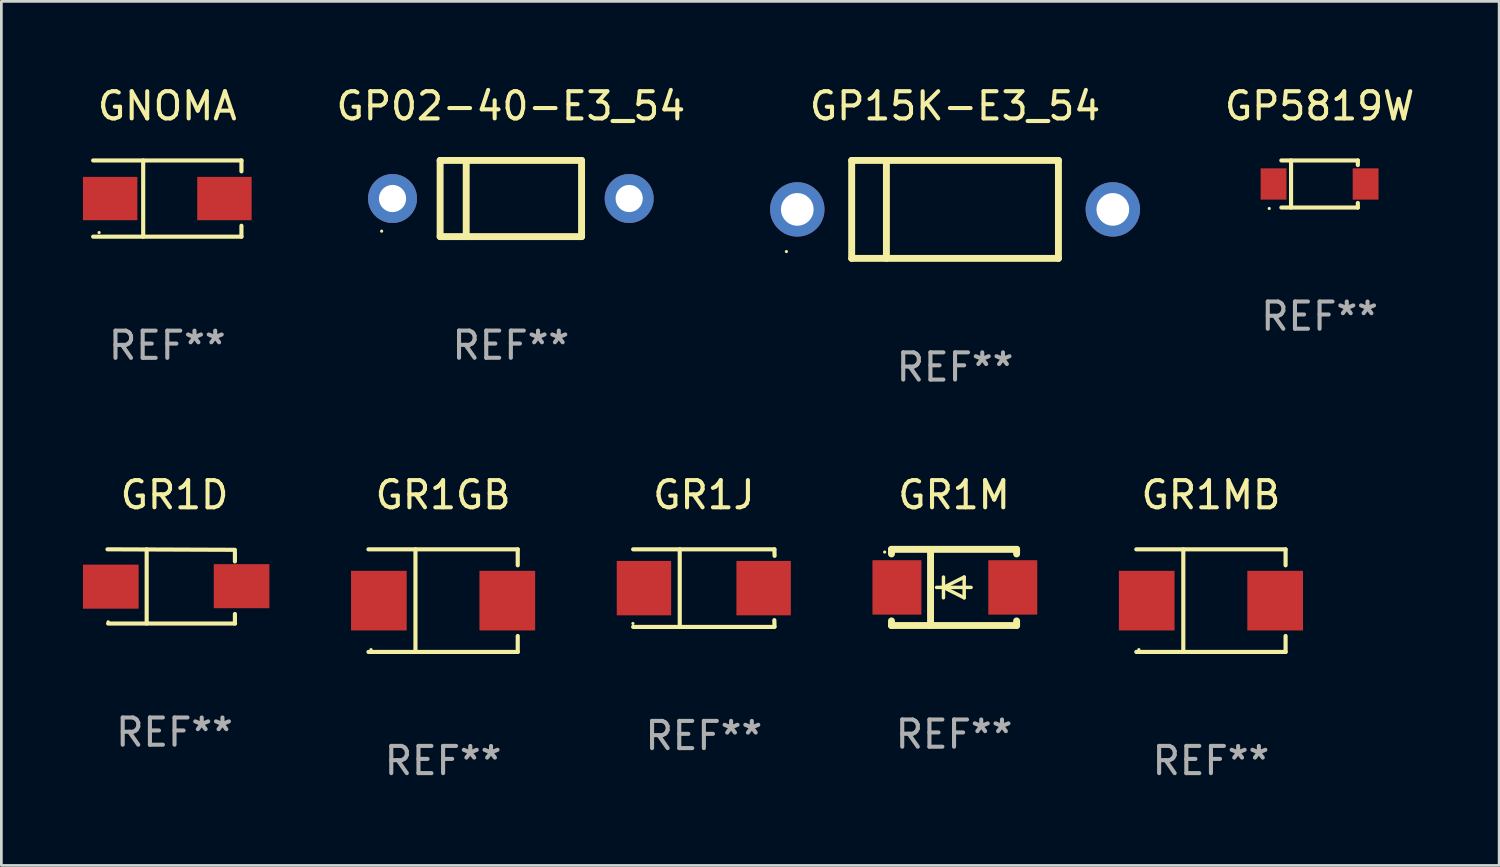
<source format=kicad_pcb>
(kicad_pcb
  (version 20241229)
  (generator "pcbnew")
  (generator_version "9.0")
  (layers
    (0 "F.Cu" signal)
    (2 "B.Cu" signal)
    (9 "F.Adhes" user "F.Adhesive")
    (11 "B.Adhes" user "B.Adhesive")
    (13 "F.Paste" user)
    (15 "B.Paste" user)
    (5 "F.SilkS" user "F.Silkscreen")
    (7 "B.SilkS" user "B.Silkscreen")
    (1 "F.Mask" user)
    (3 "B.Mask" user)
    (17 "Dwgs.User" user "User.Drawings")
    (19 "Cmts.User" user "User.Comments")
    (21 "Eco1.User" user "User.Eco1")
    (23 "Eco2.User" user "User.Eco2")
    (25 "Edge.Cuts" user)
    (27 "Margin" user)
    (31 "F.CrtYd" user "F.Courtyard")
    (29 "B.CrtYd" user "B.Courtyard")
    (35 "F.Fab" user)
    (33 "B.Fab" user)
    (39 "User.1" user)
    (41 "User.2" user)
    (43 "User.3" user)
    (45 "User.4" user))
  (footprint "GP15K-E3_54"
    (layer "F.Cu")
    (at 32.06 4.648)
    (property "Reference" "GP15K-E3_54" (at 0 -3.8 0) (layer "F.SilkS") (effects (font (size 1 1) (thickness 0.15))))
    (attr through_hole)
    (fp_line (start -3.8 -1.8) (end -3.8 1.8) (stroke (width 0.254) (type solid)) (layer "F.SilkS"))
    (fp_line (start -3.8 -1.8) (end 3.8 -1.8) (stroke (width 0.254) (type solid)) (layer "F.SilkS"))
    (fp_line (start -3.8 1.8) (end 3.8 1.8) (stroke (width 0.254) (type solid)) (layer "F.SilkS"))
    (fp_line (start -2.524 -1.8) (end -2.524 1.8) (stroke (width 0.254) (type solid)) (layer "F.SilkS"))
    (fp_line (start 3.8 -1.8) (end 3.8 1.8) (stroke (width 0.254) (type solid)) (layer "F.SilkS"))
    (fp_circle (center -6.2 1.55) (end -6.17 1.55) (stroke (width 0.06) (type solid)) (fill no) (layer "F.SilkS"))
    (fp_text user "REF**" (at 0 5.8 0) (layer "F.Fab") (effects (font (size 1 1) (thickness 0.15))))
    (pad "1" thru_hole circle (at -5.8 0) (size 2 2) (drill 1.2) (layers "*.Cu" "*.Mask"))
    (pad "2" thru_hole circle (at 5.8 0) (size 2 2) (drill 1.2) (layers "*.Cu" "*.Mask")))
  (footprint "GP5819W"
    (layer "F.Cu")
    (at 45.461 3.714)
    (property "Reference" "GP5819W" (at 0 -2.866 0) (layer "F.SilkS") (effects (font (size 1 1) (thickness 0.15))))
    (attr through_hole)
    (fp_line (start -1.406 -0.866) (end 1.406 -0.866) (stroke (width 0.152) (type solid)) (layer "F.SilkS"))
    (fp_line (start -1.406 0.866) (end 1.406 0.866) (stroke (width 0.152) (type solid)) (layer "F.SilkS"))
    (fp_line (start -1.049 -0.866) (end -1.049 0.866) (stroke (width 0.152) (type solid)) (layer "F.SilkS"))
    (fp_line (start 1.406 -0.866) (end 1.406 -0.698) (stroke (width 0.152) (type solid)) (layer "F.SilkS"))
    (fp_line (start 1.406 0.866) (end 1.406 0.698) (stroke (width 0.152) (type solid)) (layer "F.SilkS"))
    (fp_circle (center -1.851 0.9) (end -1.821 0.9) (stroke (width 0.06) (type solid)) (fill no) (layer "F.SilkS"))
    (fp_text user "REF**" (at 0 4.866 0) (layer "F.Fab") (effects (font (size 1 1) (thickness 0.15))))
    (pad "1" smd rect (at -1.692 0) (size 0.95 1.15) (layers "F.Cu" "F.Mask" "F.Paste"))
    (pad "2" smd rect (at 1.692 0) (size 0.95 1.15) (layers "F.Cu" "F.Mask" "F.Paste")))
  (footprint "GR1GB"
    (layer "F.Cu")
    (at 13.239 19.031)
    (property "Reference" "GR1GB" (at 0 -3.886 0) (layer "F.SilkS") (effects (font (size 1 1) (thickness 0.15))))
    (attr through_hole)
    (fp_line (start -2.744 -1.886) (end 2.744 -1.886) (stroke (width 0.152) (type solid)) (layer "F.SilkS"))
    (fp_line (start -2.744 1.886) (end 2.744 1.886) (stroke (width 0.152) (type solid)) (layer "F.SilkS"))
    (fp_line (start -1.016 -1.886) (end -1.016 1.886) (stroke (width 0.152) (type solid)) (layer "F.SilkS"))
    (fp_line (start 2.744 -1.886) (end 2.744 -1.299) (stroke (width 0.152) (type solid)) (layer "F.SilkS"))
    (fp_line (start 2.744 1.886) (end 2.744 1.299) (stroke (width 0.152) (type solid)) (layer "F.SilkS"))
    (fp_circle (center -2.65 1.8) (end -2.62 1.8) (stroke (width 0.06) (type solid)) (fill no) (layer "F.SilkS"))
    (fp_text user "REF**" (at 0 5.886 0) (layer "F.Fab") (effects (font (size 1 1) (thickness 0.15))))
    (pad "1" smd rect (at -2.361 0) (size 2.047 2.192) (layers "F.Cu" "F.Mask" "F.Paste"))
    (pad "2" smd rect (at 2.361 0) (size 2.047 2.192) (layers "F.Cu" "F.Mask" "F.Paste")))
  (footprint "GR1J"
    (layer "F.Cu")
    (at 22.826 18.571)
    (property "Reference" "GR1J" (at 0 -3.426 0) (layer "F.SilkS") (effects (font (size 1 1) (thickness 0.15))))
    (attr through_hole)
    (fp_line (start -2.6 -1.426) (end 2.593 -1.426) (stroke (width 0.152) (type solid)) (layer "F.SilkS"))
    (fp_line (start -2.6 1.426) (end 2.593 1.426) (stroke (width 0.152) (type solid)) (layer "F.SilkS"))
    (fp_line (start -0.887 -1.426) (end -0.887 1.426) (stroke (width 0.152) (type solid)) (layer "F.SilkS"))
    (fp_line (start 2.59 1.176) (end 2.597 1.415) (stroke (width 0.152) (type solid)) (layer "F.SilkS"))
    (fp_line (start 2.593 -1.426) (end 2.6 -1.187) (stroke (width 0.152) (type solid)) (layer "F.SilkS"))
    (fp_circle (center -2.608 1.3) (end -2.578 1.3) (stroke (width 0.06) (type solid)) (fill no) (layer "F.SilkS"))
    (fp_text user "REF**" (at 0 5.426 0) (layer "F.Fab") (effects (font (size 1 1) (thickness 0.15))))
    (pad "1" smd rect (at -2.203 0 180) (size 2 2) (layers "F.Cu" "F.Mask" "F.Paste"))
    (pad "2" smd rect (at 2.197 0 180) (size 2 2) (layers "F.Cu" "F.Mask" "F.Paste")))
  (footprint "GNOMA"
    (layer "F.Cu")
    (at 3.1 4.249)
    (property "Reference" "GNOMA" (at 0 -3.401 0) (layer "F.SilkS") (effects (font (size 1 1) (thickness 0.15))))
    (attr through_hole)
    (fp_line (start -2.726 -1.401) (end 2.726 -1.401) (stroke (width 0.152) (type solid)) (layer "F.SilkS"))
    (fp_line (start -2.726 1.401) (end 2.726 1.401) (stroke (width 0.152) (type solid)) (layer "F.SilkS"))
    (fp_line (start -0.886 -1.401) (end -0.886 1.401) (stroke (width 0.152) (type solid)) (layer "F.SilkS"))
    (fp_line (start 2.726 -1.401) (end 2.726 -1) (stroke (width 0.152) (type solid)) (layer "F.SilkS"))
    (fp_line (start 2.726 1.401) (end 2.726 1) (stroke (width 0.152) (type solid)) (layer "F.SilkS"))
    (fp_circle (center -2.507 1.25) (end -2.477 1.25) (stroke (width 0.06) (type solid)) (fill no) (layer "F.SilkS"))
    (fp_text user "REF**" (at 0 5.401 0) (layer "F.Fab") (effects (font (size 1 1) (thickness 0.15))))
    (pad "1" smd rect (at -2.1 0 180) (size 2 1.593) (layers "F.Cu" "F.Mask" "F.Paste"))
    (pad "2" smd rect (at 2.1 0 180) (size 2 1.593) (layers "F.Cu" "F.Mask" "F.Paste")))
  (footprint "GR1M"
    (layer "F.Cu")
    (at 32.023 18.545)
    (property "Reference" "GR1M" (at 0 -3.4 0) (layer "F.SilkS") (effects (font (size 1 1) (thickness 0.15))))
    (attr through_hole)
    (fp_line (start -2.3 -1.4) (end -2.3 -1.231) (stroke (width 0.254) (type solid)) (layer "F.SilkS"))
    (fp_line (start -2.3 -1.4) (end 2.3 -1.4) (stroke (width 0.254) (type solid)) (layer "F.SilkS"))
    (fp_line (start -2.3 1.231) (end -2.3 1.4) (stroke (width 0.254) (type solid)) (layer "F.SilkS"))
    (fp_line (start -2.3 1.4) (end 2.3 1.4) (stroke (width 0.254) (type solid)) (layer "F.SilkS"))
    (fp_line (start -0.864 1.4) (end -0.864 -1.4) (stroke (width 0.254) (type solid)) (layer "F.SilkS"))
    (fp_line (start -0.389 0) (end -0.389 -0.381) (stroke (width 0.127) (type solid)) (layer "F.SilkS"))
    (fp_line (start -0.389 0) (end -0.389 0.381) (stroke (width 0.127) (type solid)) (layer "F.SilkS"))
    (fp_line (start 0.373 -0.381) (end -0.389 0) (stroke (width 0.127) (type solid)) (layer "F.SilkS"))
    (fp_line (start 0.373 0) (end 0.373 -0.381) (stroke (width 0.127) (type solid)) (layer "F.SilkS"))
    (fp_line (start 0.373 0) (end 0.373 0.381) (stroke (width 0.127) (type solid)) (layer "F.SilkS"))
    (fp_line (start 0.373 0.381) (end -0.389 0) (stroke (width 0.127) (type solid)) (layer "F.SilkS"))
    (fp_line (start 0.627 0) (end -0.643 0) (stroke (width 0.127) (type solid)) (layer "F.SilkS"))
    (fp_line (start 2.3 -1.4) (end 2.3 -1.231) (stroke (width 0.254) (type solid)) (layer "F.SilkS"))
    (fp_line (start 2.3 1.231) (end 2.3 1.4) (stroke (width 0.254) (type solid)) (layer "F.SilkS"))
    (fp_circle (center -2.55 -1.3) (end -2.52 -1.3) (stroke (width 0.06) (type solid)) (fill no) (layer "F.SilkS"))
    (fp_text user "REF**" (at 0 5.4 0) (layer "F.Fab") (effects (font (size 1 1) (thickness 0.15))))
    (pad "1" smd rect (at -2.1 0 180) (size 1.8 2) (layers "F.Cu" "F.Mask" "F.Paste"))
    (pad "2" smd rect (at 2.159 0 180) (size 1.8 2) (layers "F.Cu" "F.Mask" "F.Paste")))
  (footprint "GP02-40-E3_54"
    (layer "F.Cu")
    (at 15.73 4.248)
    (property "Reference" "GP02-40-E3_54" (at 0 -3.4 0) (layer "F.SilkS") (effects (font (size 1 1) (thickness 0.15))))
    (attr through_hole)
    (fp_line (start -2.6 -1.4) (end -2.6 1.4) (stroke (width 0.254) (type solid)) (layer "F.SilkS"))
    (fp_line (start -2.6 -1.4) (end 2.6 -1.4) (stroke (width 0.254) (type solid)) (layer "F.SilkS"))
    (fp_line (start -2.6 1.4) (end 2.6 1.4) (stroke (width 0.254) (type solid)) (layer "F.SilkS"))
    (fp_line (start -1.641 -1.4) (end -1.641 1.4) (stroke (width 0.254) (type solid)) (layer "F.SilkS"))
    (fp_line (start 2.6 -1.4) (end 2.6 1.4) (stroke (width 0.254) (type solid)) (layer "F.SilkS"))
    (fp_circle (center -4.75 1.2) (end -4.72 1.2) (stroke (width 0.06) (type solid)) (fill no) (layer "F.SilkS"))
    (fp_text user "REF**" (at 0 5.4 0) (layer "F.Fab") (effects (font (size 1 1) (thickness 0.15))))
    (pad "1" thru_hole circle (at -4.35 0) (size 1.8 1.8) (drill 1) (layers "*.Cu" "*.Mask"))
    (pad "2" thru_hole circle (at 4.35 0) (size 1.8 1.8) (drill 1) (layers "*.Cu" "*.Mask")))
  (footprint "GR1D"
    (layer "F.Cu")
    (at 3.366 18.508)
    (property "Reference" "GR1D" (at 0 -3.364 0) (layer "F.SilkS") (effects (font (size 1 1) (thickness 0.15))))
    (attr through_hole)
    (fp_line (start -2.465 -1.364) (end 2.22 -1.346) (stroke (width 0.152) (type solid)) (layer "F.SilkS"))
    (fp_line (start -2.442 1.364) (end 2.226 1.364) (stroke (width 0.152) (type solid)) (layer "F.SilkS"))
    (fp_line (start -1.024 -1.364) (end -1.024 1.364) (stroke (width 0.152) (type solid)) (layer "F.SilkS"))
    (fp_line (start 2.22 -1.27) (end 2.22 -0.919) (stroke (width 0.152) (type solid)) (layer "F.SilkS"))
    (fp_line (start 2.22 1.364) (end 2.22 1.013) (stroke (width 0.152) (type solid)) (layer "F.SilkS"))
    (fp_circle (center -2.439 1.3) (end -2.409 1.3) (stroke (width 0.06) (type solid)) (fill no) (layer "F.SilkS"))
    (fp_text user "REF**" (at 0 5.364 0) (layer "F.Fab") (effects (font (size 1 1) (thickness 0.15))))
    (pad "1" smd rect (at -2.343 0.009) (size 2.046 1.62) (layers "F.Cu" "F.Mask" "F.Paste"))
    (pad "2" smd rect (at 2.465 -0.009 180) (size 2.046 1.62) (layers "F.Cu" "F.Mask" "F.Paste")))
  (footprint "GR1MB"
    (layer "F.Cu")
    (at 41.467 19.031)
    (property "Reference" "GR1MB" (at 0 -3.886 0) (layer "F.SilkS") (effects (font (size 1 1) (thickness 0.15))))
    (attr through_hole)
    (fp_line (start -2.744 -1.886) (end 2.744 -1.886) (stroke (width 0.152) (type solid)) (layer "F.SilkS"))
    (fp_line (start -2.744 1.886) (end 2.744 1.886) (stroke (width 0.152) (type solid)) (layer "F.SilkS"))
    (fp_line (start -1.016 -1.886) (end -1.016 1.886) (stroke (width 0.152) (type solid)) (layer "F.SilkS"))
    (fp_line (start 2.744 -1.886) (end 2.744 -1.299) (stroke (width 0.152) (type solid)) (layer "F.SilkS"))
    (fp_line (start 2.744 1.886) (end 2.744 1.299) (stroke (width 0.152) (type solid)) (layer "F.SilkS"))
    (fp_circle (center -2.65 1.8) (end -2.62 1.8) (stroke (width 0.06) (type solid)) (fill no) (layer "F.SilkS"))
    (fp_text user "REF**" (at 0 5.886 0) (layer "F.Fab") (effects (font (size 1 1) (thickness 0.15))))
    (pad "1" smd rect (at -2.361 0) (size 2.047 2.192) (layers "F.Cu" "F.Mask" "F.Paste"))
    (pad "2" smd rect (at 2.361 0) (size 2.047 2.192) (layers "F.Cu" "F.Mask" "F.Paste")))
  (gr_rect
    (start -3 -3)
    (end 52.062 28.765)
    (stroke (width 0.1) (type default))
    (fill no)
    (layer "Edge.Cuts")))
</source>
